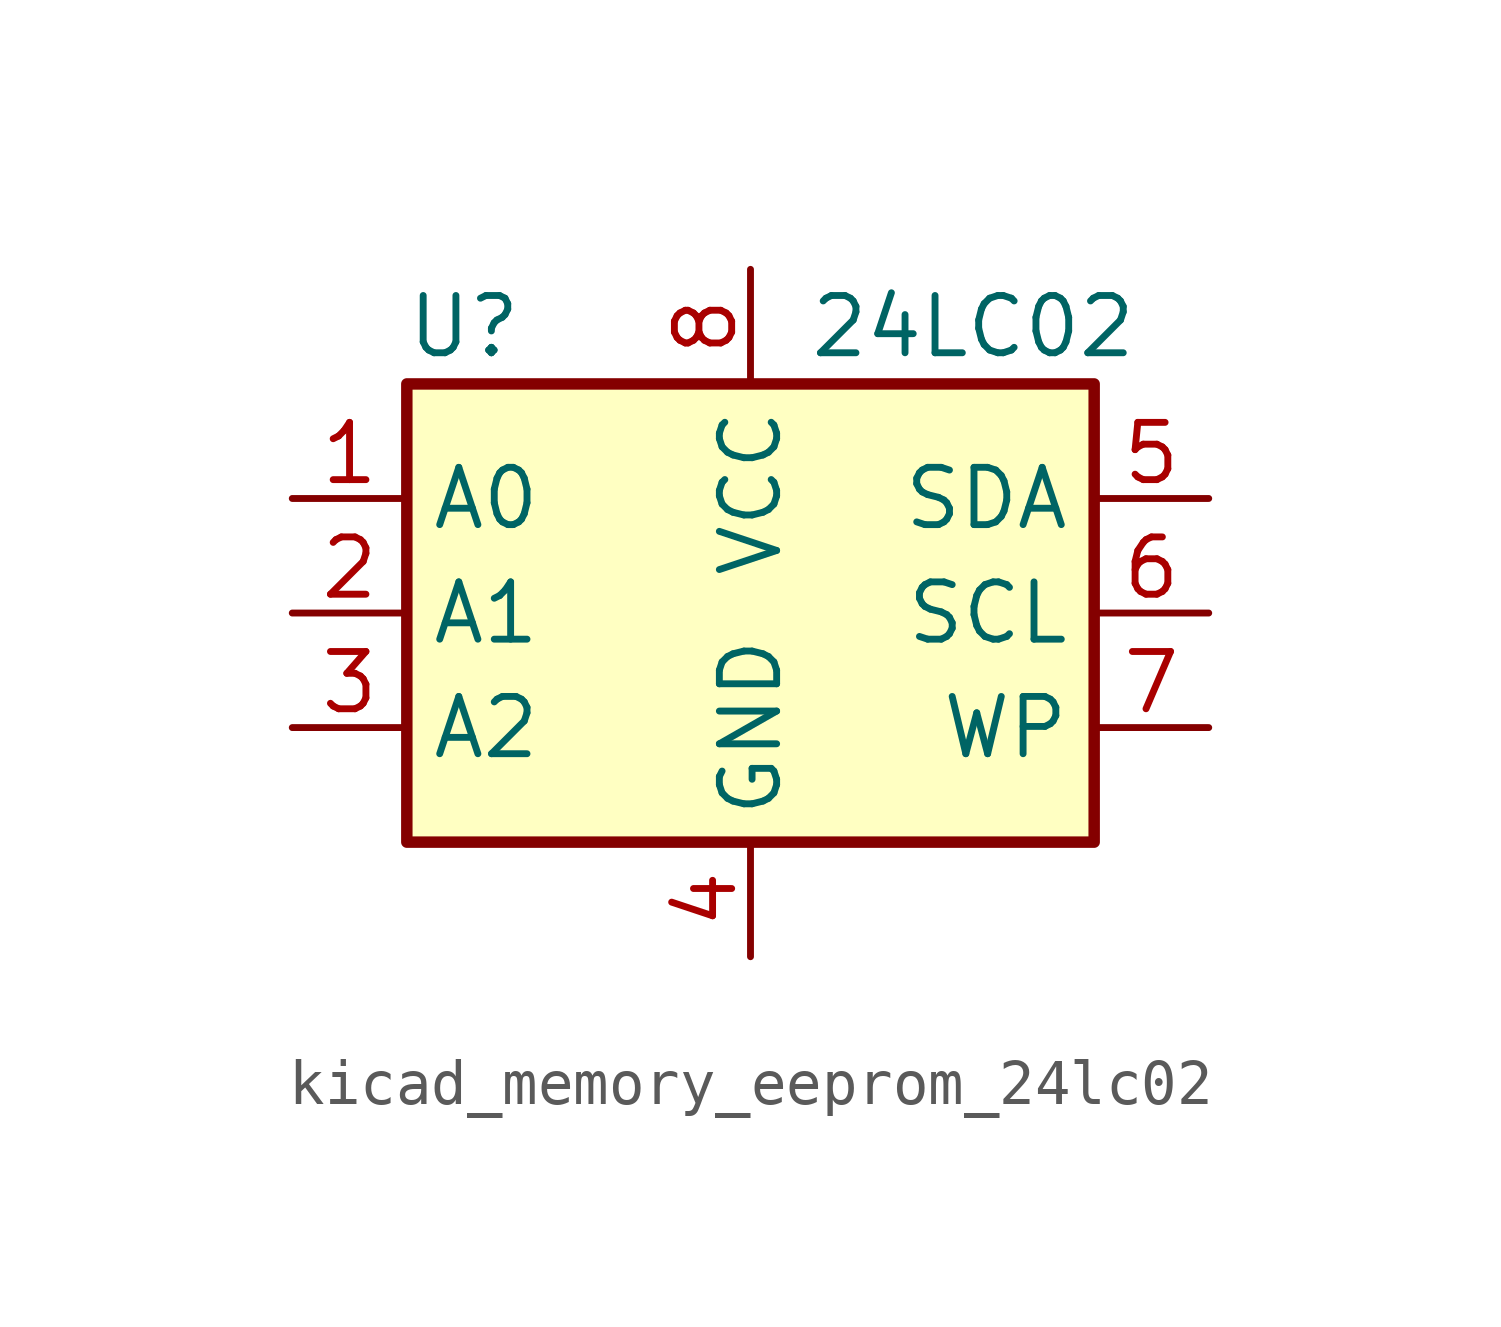
<source format=kicad_sym>
(kicad_symbol_lib
  (version 20220914)
  (generator kicad_symbol_editor)
  (symbol "kicad_memory_eeprom_24lc02"
    (property "Reference" "U"
      (at -6.35 6.35 0)
      (effects (font (size 1.27 1.27))))
    (property "Value" "24LC02"
      (at 1.27 6.35 0)
      (effects (font (size 1.27 1.27)) (justify left)))
    (symbol "kicad_memory_eeprom_24lc02_1_1"
      (rectangle (start -7.62 5.08) (end 7.62 -5.08) (stroke (width 0.254) (type default)) (fill (type background)))
      (pin input line (at -10.16 2.54 0) (length 2.54) (name "A0" (effects (font (size 1.27 1.27)))) (number "1" (effects (font (size 1.27 1.27)))))
      (pin input line (at -10.16 0 0) (length 2.54) (name "A1" (effects (font (size 1.27 1.27)))) (number "2" (effects (font (size 1.27 1.27)))))
      (pin input line (at -10.16 -2.54 0) (length 2.54) (name "A2" (effects (font (size 1.27 1.27)))) (number "3" (effects (font (size 1.27 1.27)))))
      (pin power_in line (at 0 -7.62 90) (length 2.54) (name "GND" (effects (font (size 1.27 1.27)))) (number "4" (effects (font (size 1.27 1.27)))))
      (pin bidirectional line (at 10.16 2.54 180) (length 2.54) (name "SDA" (effects (font (size 1.27 1.27)))) (number "5" (effects (font (size 1.27 1.27)))))
      (pin input line (at 10.16 0 180) (length 2.54) (name "SCL" (effects (font (size 1.27 1.27)))) (number "6" (effects (font (size 1.27 1.27)))))
      (pin input line (at 10.16 -2.54 180) (length 2.54) (name "WP" (effects (font (size 1.27 1.27)))) (number "7" (effects (font (size 1.27 1.27)))))
      (pin power_in line (at 0 7.62 270) (length 2.54) (name "VCC" (effects (font (size 1.27 1.27)))) (number "8" (effects (font (size 1.27 1.27))))))))
</source>
